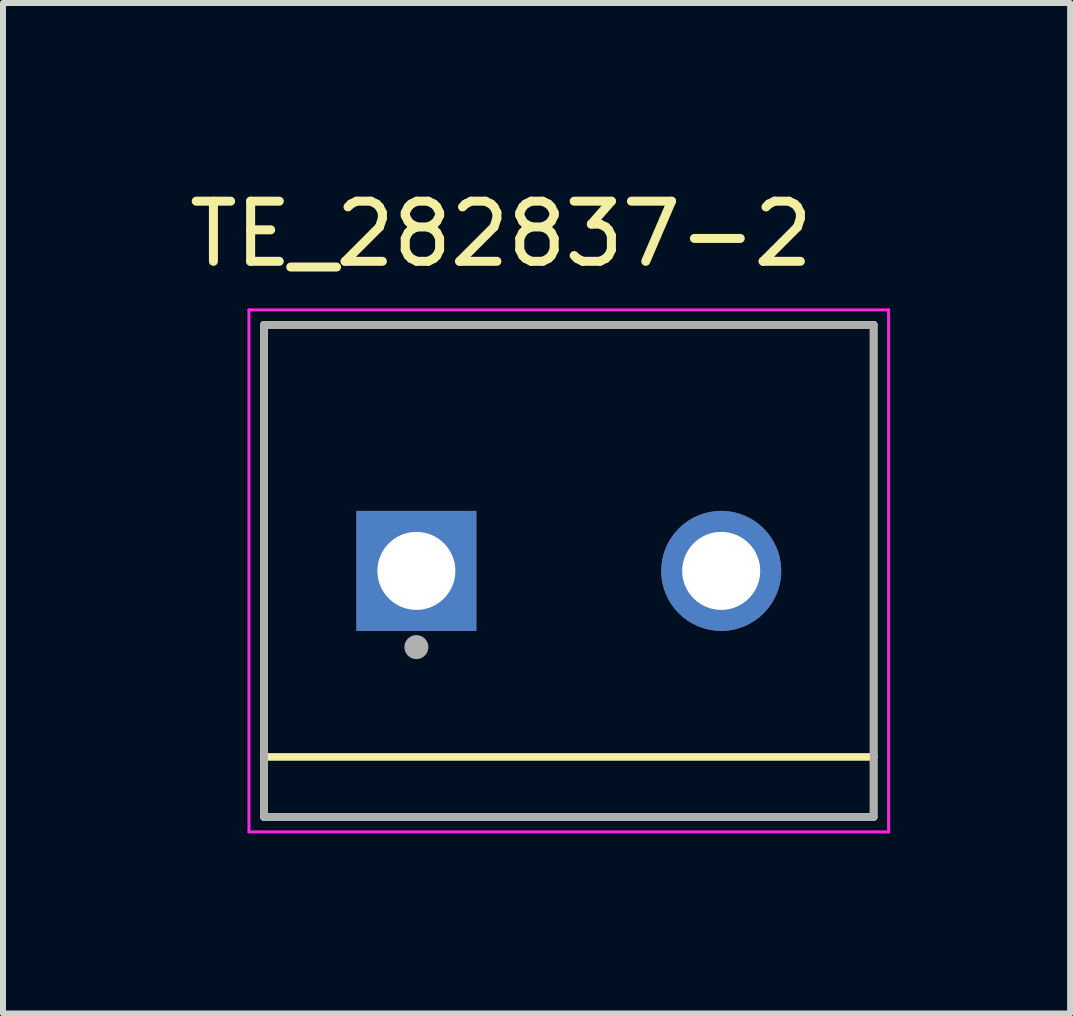
<source format=kicad_pcb>
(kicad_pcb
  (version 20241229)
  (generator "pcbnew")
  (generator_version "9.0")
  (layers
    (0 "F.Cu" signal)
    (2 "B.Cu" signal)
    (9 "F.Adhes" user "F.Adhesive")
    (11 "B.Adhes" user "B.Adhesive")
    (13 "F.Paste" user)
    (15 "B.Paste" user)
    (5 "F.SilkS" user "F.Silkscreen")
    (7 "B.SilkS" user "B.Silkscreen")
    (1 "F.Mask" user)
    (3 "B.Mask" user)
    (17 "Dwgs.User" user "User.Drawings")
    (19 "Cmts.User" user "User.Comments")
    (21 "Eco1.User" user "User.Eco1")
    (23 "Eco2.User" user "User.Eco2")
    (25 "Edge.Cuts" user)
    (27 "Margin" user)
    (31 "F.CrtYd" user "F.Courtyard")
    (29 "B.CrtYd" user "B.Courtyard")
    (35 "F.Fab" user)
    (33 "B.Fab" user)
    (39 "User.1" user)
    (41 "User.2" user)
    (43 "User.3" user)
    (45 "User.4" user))
  (footprint "TE_282837-2"
    (layer "F.Cu")
    (at 6.429 6.464)
    (property "Reference" "TE_282837-2" (at -1.127 -5.615 0) (layer "F.SilkS") (effects (font (size 1.002 1.002) (thickness 0.15))))
    (attr through_hole)
    (fp_line (start -5.08 -4.1) (end 5.08 -4.1) (stroke (width 0.127) (type solid)) (layer "F.SilkS"))
    (fp_line (start -5.08 3.1) (end -5.08 -4.1) (stroke (width 0.127) (type solid)) (layer "F.SilkS"))
    (fp_line (start -5.08 3.1) (end 5.08 3.1) (stroke (width 0.127) (type solid)) (layer "F.SilkS"))
    (fp_line (start -5.08 4.1) (end -5.08 3.1) (stroke (width 0.127) (type solid)) (layer "F.SilkS"))
    (fp_line (start 5.08 -4.1) (end 5.08 3.1) (stroke (width 0.127) (type solid)) (layer "F.SilkS"))
    (fp_line (start 5.08 3.1) (end 5.08 4.1) (stroke (width 0.127) (type solid)) (layer "F.SilkS"))
    (fp_line (start 5.08 4.1) (end -5.08 4.1) (stroke (width 0.127) (type solid)) (layer "F.SilkS"))
    (fp_line (start -5.33 -4.35) (end 5.33 -4.35) (stroke (width 0.05) (type solid)) (layer "F.CrtYd"))
    (fp_line (start -5.33 4.35) (end -5.33 -4.35) (stroke (width 0.05) (type solid)) (layer "F.CrtYd"))
    (fp_line (start 5.33 -4.35) (end 5.33 4.35) (stroke (width 0.05) (type solid)) (layer "F.CrtYd"))
    (fp_line (start 5.33 4.35) (end -5.33 4.35) (stroke (width 0.05) (type solid)) (layer "F.CrtYd"))
    (fp_line (start -5.08 -4.1) (end 5.08 -4.1) (stroke (width 0.127) (type solid)) (layer "F.Fab"))
    (fp_line (start -5.08 4.1) (end -5.08 -4.1) (stroke (width 0.127) (type solid)) (layer "F.Fab"))
    (fp_line (start 5.08 -4.1) (end 5.08 4.1) (stroke (width 0.127) (type solid)) (layer "F.Fab"))
    (fp_line (start 5.08 4.1) (end -5.08 4.1) (stroke (width 0.127) (type solid)) (layer "F.Fab"))
    (fp_circle (center -2.54 1.27) (end -2.44 1.27) (stroke (width 0.2) (type solid)) (fill no) (layer "F.Fab"))
    (pad "1" thru_hole rect (at -2.54 0) (size 2 2) (drill 1.3) (layers "*.Cu" "*.Mask"))
    (pad "2" thru_hole circle (at 2.54 0) (size 2 2) (drill 1.3) (layers "*.Cu" "*.Mask")))
  (gr_rect
    (start -3 -3)
    (end 14.784 13.839)
    (stroke (width 0.1) (type default))
    (fill no)
    (layer "Edge.Cuts")))
</source>
